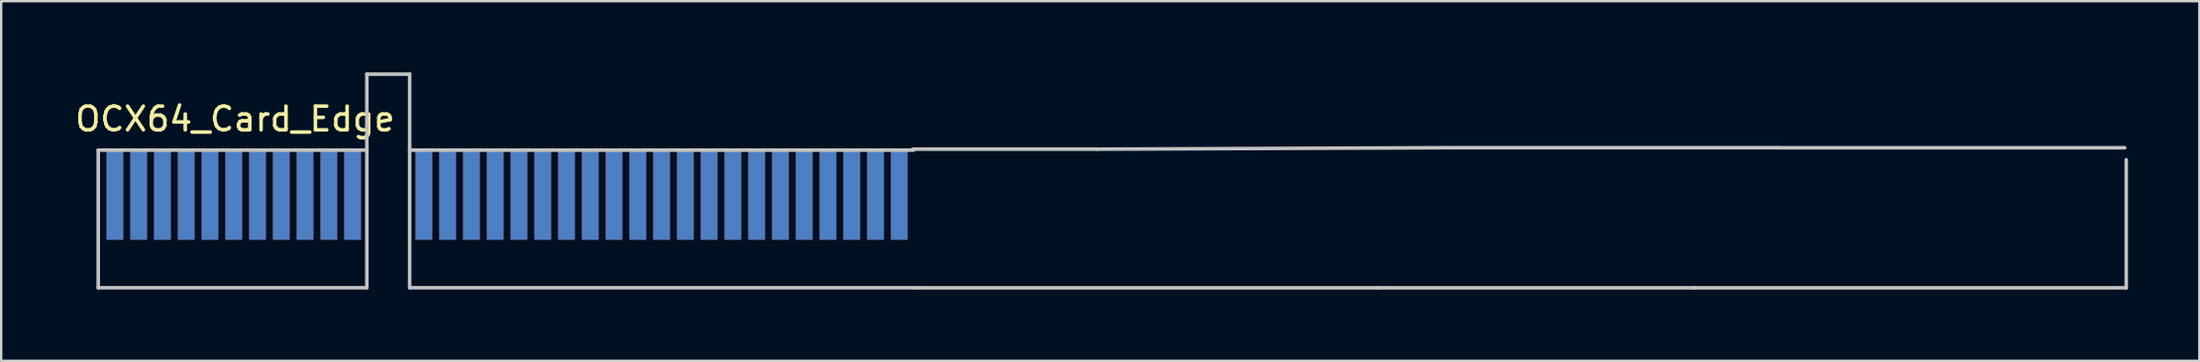
<source format=kicad_pcb>
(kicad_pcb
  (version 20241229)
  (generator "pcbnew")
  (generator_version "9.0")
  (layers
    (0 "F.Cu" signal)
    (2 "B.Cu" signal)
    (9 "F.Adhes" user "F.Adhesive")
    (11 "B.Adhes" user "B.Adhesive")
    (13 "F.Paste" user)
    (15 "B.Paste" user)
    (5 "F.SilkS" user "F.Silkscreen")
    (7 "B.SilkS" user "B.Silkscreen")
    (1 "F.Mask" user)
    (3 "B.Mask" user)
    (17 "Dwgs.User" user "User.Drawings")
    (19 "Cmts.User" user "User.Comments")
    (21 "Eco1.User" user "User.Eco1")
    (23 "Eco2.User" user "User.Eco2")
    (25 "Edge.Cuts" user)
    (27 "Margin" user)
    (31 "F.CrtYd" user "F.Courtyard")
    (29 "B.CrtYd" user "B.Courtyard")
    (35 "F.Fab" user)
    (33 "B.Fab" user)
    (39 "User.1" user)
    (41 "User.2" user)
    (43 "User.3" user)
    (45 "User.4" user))
  (footprint "OCX64_Card_Edge"
    (layer "F.Cu")
    (at 1.784 5.775)
    (property "Reference" "OCX64_Card_Edge" (at 5.055 -3.81 0) (layer "F.SilkS") (effects (font (size 1 1) (thickness 0.15))))
    (attr through_hole)
    (fp_line (start -0.701 -2.499) (end 10.6 -2.499) (stroke (width 0.15) (type solid)) (layer "Dwgs.User"))
    (fp_line (start -0.701 3.299) (end -0.701 -2.499) (stroke (width 0.15) (type solid)) (layer "Dwgs.User"))
    (fp_line (start 10.6 -5.7) (end 12.401 -5.7) (stroke (width 0.15) (type solid)) (layer "Dwgs.User"))
    (fp_line (start 10.6 -2.499) (end 10.6 -5.7) (stroke (width 0.15) (type solid)) (layer "Dwgs.User"))
    (fp_line (start 10.6 -2.499) (end 10.6 3.299) (stroke (width 0.15) (type solid)) (layer "Dwgs.User"))
    (fp_line (start 10.6 3.299) (end -0.701 3.299) (stroke (width 0.15) (type solid)) (layer "Dwgs.User"))
    (fp_line (start 12.401 -5.7) (end 12.401 -2.499) (stroke (width 0.15) (type solid)) (layer "Dwgs.User"))
    (fp_line (start 12.401 -2.499) (end 12.401 3.299) (stroke (width 0.15) (type solid)) (layer "Dwgs.User"))
    (fp_line (start 12.401 3.299) (end 33.6 3.299) (stroke (width 0.15) (type solid)) (layer "Dwgs.User"))
    (fp_line (start 33.566 -2.54) (end 41.313 -2.54) (stroke (width 0.15) (type solid)) (layer "Dwgs.User"))
    (fp_line (start 33.6 -2.499) (end 12.401 -2.499) (stroke (width 0.15) (type solid)) (layer "Dwgs.User"))
    (fp_line (start 33.63 3.302) (end 53.124 3.302) (stroke (width 0.15) (type solid)) (layer "Dwgs.User"))
    (fp_line (start 41.313 -2.54) (end 56.426 -2.603) (stroke (width 0.15) (type solid)) (layer "Dwgs.User"))
    (fp_line (start 53.124 3.302) (end 66.46 3.302) (stroke (width 0.15) (type solid)) (layer "Dwgs.User"))
    (fp_line (start 56.426 -2.603) (end 69.952 -2.603) (stroke (width 0.15) (type solid)) (layer "Dwgs.User"))
    (fp_line (start 66.46 3.302) (end 84.621 3.302) (stroke (width 0.15) (type solid)) (layer "Dwgs.User"))
    (fp_line (start 69.952 -2.6) (end 84.557 -2.6) (stroke (width 0.15) (type solid)) (layer "Dwgs.User"))
    (fp_line (start 84.62 3.302) (end 84.62 -2.095) (stroke (width 0.15) (type solid)) (layer "Dwgs.User"))
    (pad "A01" connect rect (at 0 0) (size 0.7 3.85) (drill (offset 0 -0.65)) (layers "B.Cu" "B.Mask"))
    (pad "A02" connect rect (at 1 0) (size 0.7 3.85) (drill (offset 0 -0.65)) (layers "B.Cu" "B.Mask"))
    (pad "A03" connect rect (at 2 0) (size 0.7 3.85) (drill (offset 0 -0.65)) (layers "B.Cu" "B.Mask"))
    (pad "A04" connect rect (at 3 0) (size 0.7 3.85) (drill (offset 0 -0.65)) (layers "B.Cu" "B.Mask"))
    (pad "A05" connect rect (at 4 0) (size 0.7 3.85) (drill (offset 0 -0.65)) (layers "B.Cu" "B.Mask"))
    (pad "A06" connect rect (at 5 0) (size 0.7 3.85) (drill (offset 0 -0.65)) (layers "B.Cu" "B.Mask"))
    (pad "A07" connect rect (at 6 0) (size 0.7 3.85) (drill (offset 0 -0.65)) (layers "B.Cu" "B.Mask"))
    (pad "A08" connect rect (at 7 0) (size 0.7 3.85) (drill (offset 0 -0.65)) (layers "B.Cu" "B.Mask"))
    (pad "A09" connect rect (at 8 0) (size 0.7 3.85) (drill (offset 0 -0.65)) (layers "B.Cu" "B.Mask"))
    (pad "A10" connect rect (at 9 0) (size 0.7 3.85) (drill (offset 0 -0.65)) (layers "B.Cu" "B.Mask"))
    (pad "A11" connect rect (at 10 0) (size 0.7 3.85) (drill (offset 0 -0.65)) (layers "B.Cu" "B.Mask"))
    (pad "A12" connect rect (at 13 0) (size 0.7 3.85) (drill (offset 0 -0.65)) (layers "B.Cu" "B.Mask"))
    (pad "A13" connect rect (at 14 0) (size 0.7 3.85) (drill (offset 0 -0.65)) (layers "B.Cu" "B.Mask"))
    (pad "A14" connect rect (at 15 0) (size 0.7 3.85) (drill (offset 0 -0.65)) (layers "B.Cu" "B.Mask"))
    (pad "A15" connect rect (at 16 0) (size 0.7 3.85) (drill (offset 0 -0.65)) (layers "B.Cu" "B.Mask"))
    (pad "A16" connect rect (at 17 0) (size 0.7 3.85) (drill (offset 0 -0.65)) (layers "B.Cu" "B.Mask"))
    (pad "A17" connect rect (at 18 0) (size 0.7 3.85) (drill (offset 0 -0.65)) (layers "B.Cu" "B.Mask"))
    (pad "A18" connect rect (at 19 0) (size 0.7 3.85) (drill (offset 0 -0.65)) (layers "B.Cu" "B.Mask"))
    (pad "A19" connect rect (at 20 0) (size 0.7 3.85) (drill (offset 0 -0.65)) (layers "B.Cu" "B.Mask"))
    (pad "A20" connect rect (at 21 0) (size 0.7 3.85) (drill (offset 0 -0.65)) (layers "B.Cu" "B.Mask"))
    (pad "A21" connect rect (at 22 0) (size 0.7 3.85) (drill (offset 0 -0.65)) (layers "B.Cu" "B.Mask"))
    (pad "A22" connect rect (at 23 0) (size 0.7 3.85) (drill (offset 0 -0.65)) (layers "B.Cu" "B.Mask"))
    (pad "A23" connect rect (at 24 0) (size 0.7 3.85) (drill (offset 0 -0.65)) (layers "B.Cu" "B.Mask"))
    (pad "A24" connect rect (at 25 0) (size 0.7 3.85) (drill (offset 0 -0.65)) (layers "B.Cu" "B.Mask"))
    (pad "A25" connect rect (at 26 0) (size 0.7 3.85) (drill (offset 0 -0.65)) (layers "B.Cu" "B.Mask"))
    (pad "A26" connect rect (at 27 0) (size 0.7 3.85) (drill (offset 0 -0.65)) (layers "B.Cu" "B.Mask"))
    (pad "A27" connect rect (at 28 0) (size 0.7 3.85) (drill (offset 0 -0.65)) (layers "B.Cu" "B.Mask"))
    (pad "A28" connect rect (at 29 0) (size 0.7 3.85) (drill (offset 0 -0.65)) (layers "B.Cu" "B.Mask"))
    (pad "A29" connect rect (at 30 0) (size 0.7 3.85) (drill (offset 0 -0.65)) (layers "B.Cu" "B.Mask"))
    (pad "A30" connect rect (at 31 0) (size 0.7 3.85) (drill (offset 0 -0.65)) (layers "B.Cu" "B.Mask"))
    (pad "A31" connect rect (at 32 0) (size 0.7 3.85) (drill (offset 0 -0.65)) (layers "B.Cu" "B.Mask"))
    (pad "A32" connect rect (at 33 0) (size 0.7 3.85) (drill (offset 0 -0.65)) (layers "B.Cu" "B.Mask"))
    (pad "B01" connect rect (at 0 0) (size 0.7 3.85) (drill (offset 0 -0.65)) (layers "F.Cu" "F.Mask"))
    (pad "B02" connect rect (at 1 0) (size 0.7 3.85) (drill (offset 0 -0.65)) (layers "F.Cu" "F.Mask"))
    (pad "B03" connect rect (at 2 0) (size 0.7 3.85) (drill (offset 0 -0.65)) (layers "F.Cu" "F.Mask"))
    (pad "B04" connect rect (at 3 0) (size 0.7 3.85) (drill (offset 0 -0.65)) (layers "F.Cu" "F.Mask"))
    (pad "B05" connect rect (at 4 0) (size 0.7 3.85) (drill (offset 0 -0.65)) (layers "F.Cu" "F.Mask"))
    (pad "B06" connect rect (at 5 0) (size 0.7 3.85) (drill (offset 0 -0.65)) (layers "F.Cu" "F.Mask"))
    (pad "B07" connect rect (at 6 0) (size 0.7 3.85) (drill (offset 0 -0.65)) (layers "F.Cu" "F.Mask"))
    (pad "B08" connect rect (at 7 0) (size 0.7 3.85) (drill (offset 0 -0.65)) (layers "F.Cu" "F.Mask"))
    (pad "B09" connect rect (at 8 0) (size 0.7 3.85) (drill (offset 0 -0.65)) (layers "F.Cu" "F.Mask"))
    (pad "B10" connect rect (at 9 0) (size 0.7 3.85) (drill (offset 0 -0.65)) (layers "F.Cu" "F.Mask"))
    (pad "B11" connect rect (at 10 0) (size 0.7 3.85) (drill (offset 0 -0.65)) (layers "F.Cu" "F.Mask"))
    (pad "B12" connect rect (at 13 0) (size 0.7 3.85) (drill (offset 0 -0.65)) (layers "F.Cu" "F.Mask"))
    (pad "B13" connect rect (at 14 0) (size 0.7 3.85) (drill (offset 0 -0.65)) (layers "F.Cu" "F.Mask"))
    (pad "B14" connect rect (at 15 0) (size 0.7 3.85) (drill (offset 0 -0.65)) (layers "F.Cu" "F.Mask"))
    (pad "B15" connect rect (at 16 0) (size 0.7 3.85) (drill (offset 0 -0.65)) (layers "F.Cu" "F.Mask"))
    (pad "B16" connect rect (at 17 0) (size 0.7 3.85) (drill (offset 0 -0.65)) (layers "F.Cu" "F.Mask"))
    (pad "B17" connect rect (at 18 0) (size 0.7 3.85) (drill (offset 0 -0.65)) (layers "F.Cu" "F.Mask"))
    (pad "B18" connect rect (at 19 0) (size 0.7 3.85) (drill (offset 0 -0.65)) (layers "F.Cu" "F.Mask"))
    (pad "B19" connect rect (at 20 0) (size 0.7 3.85) (drill (offset 0 -0.65)) (layers "F.Cu" "F.Mask"))
    (pad "B20" connect rect (at 21 0) (size 0.7 3.85) (drill (offset 0 -0.65)) (layers "F.Cu" "F.Mask"))
    (pad "B21" connect rect (at 22 0) (size 0.7 3.85) (drill (offset 0 -0.65)) (layers "F.Cu" "F.Mask"))
    (pad "B22" connect rect (at 23 0) (size 0.7 3.85) (drill (offset 0 -0.65)) (layers "F.Cu" "F.Mask"))
    (pad "B23" connect rect (at 24 0) (size 0.7 3.85) (drill (offset 0 -0.65)) (layers "F.Cu" "F.Mask"))
    (pad "B24" connect rect (at 25 0) (size 0.7 3.85) (drill (offset 0 -0.65)) (layers "F.Cu" "F.Mask"))
    (pad "B25" connect rect (at 26 0) (size 0.7 3.85) (drill (offset 0 -0.65)) (layers "F.Cu" "F.Mask"))
    (pad "B26" connect rect (at 27 0) (size 0.7 3.85) (drill (offset 0 -0.65)) (layers "F.Cu" "F.Mask"))
    (pad "B27" connect rect (at 28 0) (size 0.7 3.85) (drill (offset 0 -0.65)) (layers "F.Cu" "F.Mask"))
    (pad "B28" connect rect (at 29 0) (size 0.7 3.85) (drill (offset 0 -0.65)) (layers "F.Cu" "F.Mask"))
    (pad "B29" connect rect (at 30 0) (size 0.7 3.85) (drill (offset 0 -0.65)) (layers "F.Cu" "F.Mask"))
    (pad "B30" connect rect (at 31 0) (size 0.7 3.85) (drill (offset 0 -0.65)) (layers "F.Cu" "F.Mask"))
    (pad "B31" connect rect (at 32 0) (size 0.7 3.85) (drill (offset 0 -0.65)) (layers "F.Cu" "F.Mask"))
    (pad "B32" connect rect (at 33 0) (size 0.7 3.85) (drill (offset 0 -0.65)) (layers "F.Cu" "F.Mask")))
  (gr_rect
    (start -3 -3)
    (end 89.48 12.152)
    (stroke (width 0.1) (type default))
    (fill no)
    (layer "Edge.Cuts")))
</source>
